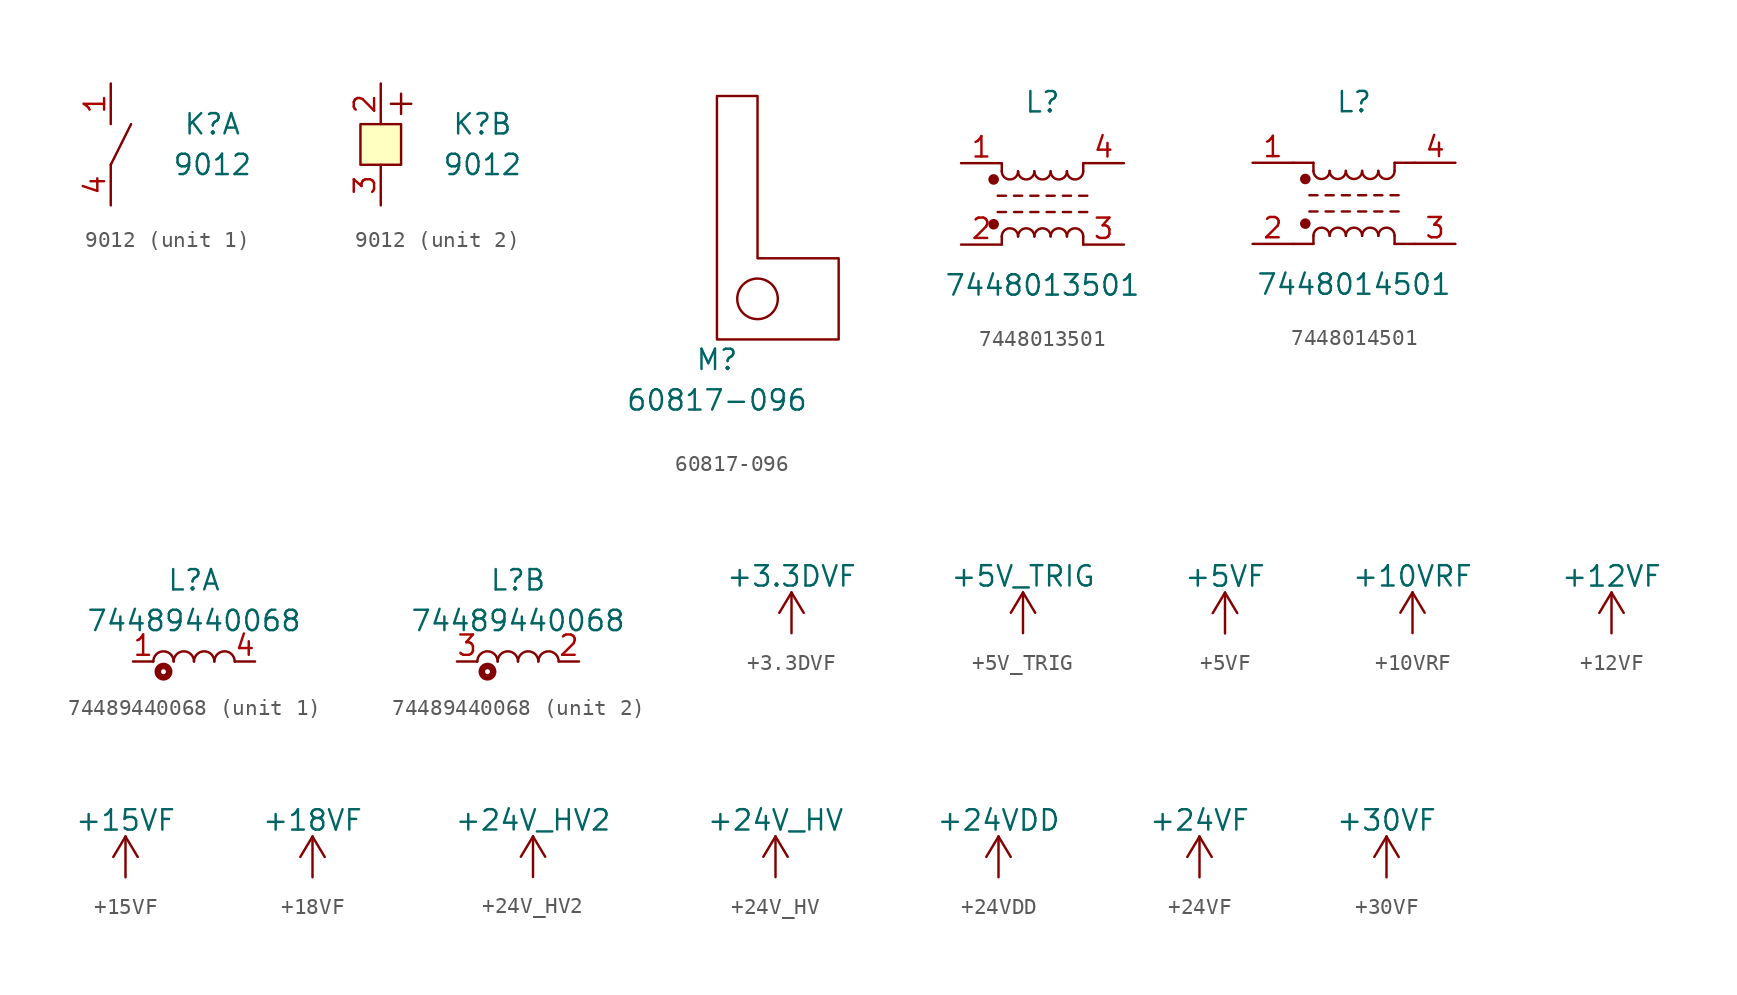
<source format=kicad_sym>
(kicad_symbol_lib
  (version 20211014)
  (generator kicad_symbol_editor)
  (symbol "9012"
    (pin_names
      (offset 1.016))
    (property "Reference" "K"
      (at 6.35 1.27 0)
      (effects (font (size 1.27 1.27))))
    (property "Value" "9012"
      (at 6.35 -1.27 0)
      (effects (font (size 1.27 1.27))))
    (symbol "9012_1_1"
      (polyline (pts (xy 0 -1.27) (xy 1.27 1.27)) (stroke (width 0) (type default) (color 0 0 0 0)) (fill (type none)))
      (pin passive line (at 0 3.81 270) (length 2.54) (name "~" (effects (font (size 1.27 1.27)))) (number "1" (effects (font (size 1.27 1.27)))))
      (pin passive line (at 0 -3.81 90) (length 2.54) (name "~" (effects (font (size 1.27 1.27)))) (number "4" (effects (font (size 1.27 1.27))))))
    (symbol "9012_2_1"
      (polyline (pts (xy 0.635 2.54) (xy 1.905 2.54)) (stroke (width 0) (type default) (color 0 0 0 0)) (fill (type none)))
      (polyline (pts (xy 1.27 3.175) (xy 1.27 1.905)) (stroke (width 0) (type default) (color 0 0 0 0)) (fill (type none)))
      (rectangle (start 1.27 1.27) (end -1.27 -1.27) (stroke (width 0) (type default) (color 0 0 0 0)) (fill (type background)))
      (pin passive line (at 0 3.81 270) (length 2.54) (name "~" (effects (font (size 1.27 1.27)))) (number "2" (effects (font (size 1.27 1.27)))))
      (pin passive line (at 0 -3.81 90) (length 2.54) (name "~" (effects (font (size 1.27 1.27)))) (number "3" (effects (font (size 1.27 1.27)))))))
  (symbol "60817-096"
    (pin_names
      (offset 1.016))
    (property "Reference" "M"
      (at 0 -1.27 0)
      (effects (font (size 1.27 1.27))))
    (property "Value" "60817-096"
      (at 0 -3.81 0)
      (effects (font (size 1.27 1.27))))
    (symbol "60817-096_0_1"
      (polyline (pts (xy 0 0) (xy 0 15.24) (xy 2.54 15.24) (xy 2.54 5.08) (xy 7.62 5.08) (xy 7.62 0) (xy 0 0)) (stroke (width 0) (type default) (color 0 0 0 0)) (fill (type none)))
      (circle (center 2.54 2.54) (radius 1.27) (stroke (width 0) (type default) (color 0 0 0 0)) (fill (type none))))
    (symbol "60817-096_1_1"
      (pin no_connect non_logic (at 2.54 2.54 0) (length 2.54) hide (name "~" (effects (font (size 1.27 1.27)))) (number "1" (effects (font (size 1.27 1.27)))))))
  (symbol "7448013501"
    (pin_names
      (offset 1.016))
    (property "Reference" "L"
      (at 0 6.35 0)
      (effects (font (size 1.27 1.27))))
    (property "Value" "7448013501"
      (at 0 -5.08 0)
      (effects (font (size 1.27 1.27))))
    (symbol "7448013501_1_1"
      (circle (center -3.048 -1.27) (radius 0.254) (stroke (width 0) (type default) (color 0 0 0 0)) (fill (type outline)))
      (circle (center -3.048 1.524) (radius 0.254) (stroke (width 0) (type default) (color 0 0 0 0)) (fill (type outline)))
      (arc (start -2.54 2.032) (mid -2.032 1.524) (end -1.524 2.032) (stroke (width 0) (type default) (color 0 0 0 0)) (fill (type none)))
      (arc (start -1.524 -2.032) (mid -2.032 -1.524) (end -2.54 -2.032) (stroke (width 0) (type default) (color 0 0 0 0)) (fill (type none)))
      (arc (start -1.524 2.032) (mid -1.016 1.524) (end -0.508 2.032) (stroke (width 0) (type default) (color 0 0 0 0)) (fill (type none)))
      (arc (start -0.508 -2.032) (mid -1.016 -1.524) (end -1.524 -2.032) (stroke (width 0) (type default) (color 0 0 0 0)) (fill (type none)))
      (arc (start -0.508 2.032) (mid 0 1.524) (end 0.508 2.032) (stroke (width 0) (type default) (color 0 0 0 0)) (fill (type none)))
      (polyline (pts (xy -2.794 -0.508) (xy -2.286 -0.508)) (stroke (width 0) (type default) (color 0 0 0 0)) (fill (type none)))
      (polyline (pts (xy -2.794 0.508) (xy -2.286 0.508)) (stroke (width 0) (type default) (color 0 0 0 0)) (fill (type none)))
      (polyline (pts (xy -2.54 -2.032) (xy -2.54 -2.54)) (stroke (width 0) (type default) (color 0 0 0 0)) (fill (type none)))
      (polyline (pts (xy -2.54 2.032) (xy -2.54 2.54)) (stroke (width 0) (type default) (color 0 0 0 0)) (fill (type none)))
      (polyline (pts (xy -1.778 -0.508) (xy -1.27 -0.508)) (stroke (width 0) (type default) (color 0 0 0 0)) (fill (type none)))
      (polyline (pts (xy -1.778 0.508) (xy -1.27 0.508)) (stroke (width 0) (type default) (color 0 0 0 0)) (fill (type none)))
      (polyline (pts (xy -0.762 -0.508) (xy -0.254 -0.508)) (stroke (width 0) (type default) (color 0 0 0 0)) (fill (type none)))
      (polyline (pts (xy -0.762 0.508) (xy -0.254 0.508)) (stroke (width 0) (type default) (color 0 0 0 0)) (fill (type none)))
      (polyline (pts (xy 0.254 -0.508) (xy 0.762 -0.508)) (stroke (width 0) (type default) (color 0 0 0 0)) (fill (type none)))
      (polyline (pts (xy 0.254 0.508) (xy 0.762 0.508)) (stroke (width 0) (type default) (color 0 0 0 0)) (fill (type none)))
      (polyline (pts (xy 1.27 -0.508) (xy 1.778 -0.508)) (stroke (width 0) (type default) (color 0 0 0 0)) (fill (type none)))
      (polyline (pts (xy 1.27 0.508) (xy 1.778 0.508)) (stroke (width 0) (type default) (color 0 0 0 0)) (fill (type none)))
      (polyline (pts (xy 2.286 -0.508) (xy 2.794 -0.508)) (stroke (width 0) (type default) (color 0 0 0 0)) (fill (type none)))
      (polyline (pts (xy 2.286 0.508) (xy 2.794 0.508)) (stroke (width 0) (type default) (color 0 0 0 0)) (fill (type none)))
      (polyline (pts (xy 2.54 -2.032) (xy 2.54 -2.54)) (stroke (width 0) (type default) (color 0 0 0 0)) (fill (type none)))
      (polyline (pts (xy 2.54 2.54) (xy 2.54 2.032)) (stroke (width 0) (type default) (color 0 0 0 0)) (fill (type none)))
      (arc (start 0.508 -2.032) (mid 0 -1.524) (end -0.508 -2.032) (stroke (width 0) (type default) (color 0 0 0 0)) (fill (type none)))
      (arc (start 0.508 2.032) (mid 1.016 1.524) (end 1.524 2.032) (stroke (width 0) (type default) (color 0 0 0 0)) (fill (type none)))
      (arc (start 1.524 -2.032) (mid 1.016 -1.524) (end 0.508 -2.032) (stroke (width 0) (type default) (color 0 0 0 0)) (fill (type none)))
      (arc (start 1.524 2.032) (mid 2.032 1.524) (end 2.54 2.032) (stroke (width 0) (type default) (color 0 0 0 0)) (fill (type none)))
      (arc (start 2.54 -2.032) (mid 2.032 -1.524) (end 1.524 -2.032) (stroke (width 0) (type default) (color 0 0 0 0)) (fill (type none)))
      (pin passive line (at -5.08 2.54 0) (length 2.54) (name "~" (effects (font (size 1.27 1.27)))) (number "1" (effects (font (size 1.27 1.27)))))
      (pin passive line (at -5.08 -2.54 0) (length 2.54) (name "~" (effects (font (size 1.27 1.27)))) (number "2" (effects (font (size 1.27 1.27)))))
      (pin passive line (at 5.08 -2.54 180) (length 2.54) (name "~" (effects (font (size 1.27 1.27)))) (number "3" (effects (font (size 1.27 1.27)))))
      (pin passive line (at 5.08 2.54 180) (length 2.54) (name "~" (effects (font (size 1.27 1.27)))) (number "4" (effects (font (size 1.27 1.27)))))))
  (symbol "7448014501"
    (pin_names
      (offset 1.016))
    (property "Reference" "L"
      (at 0 6.35 0)
      (effects (font (size 1.27 1.27))))
    (property "Value" "7448014501"
      (at 0 -5.08 0)
      (effects (font (size 1.27 1.27))))
    (symbol "7448014501_0_1"
      (polyline (pts (xy -2.54 -2.54) (xy -3.81 -2.54)) (stroke (width 0) (type default) (color 0 0 0 0)) (fill (type none)))
      (polyline (pts (xy -2.54 2.54) (xy -3.81 2.54)) (stroke (width 0) (type default) (color 0 0 0 0)) (fill (type none)))
      (polyline (pts (xy 2.54 -2.54) (xy 3.81 -2.54)) (stroke (width 0) (type default) (color 0 0 0 0)) (fill (type none)))
      (polyline (pts (xy 2.54 2.54) (xy 3.81 2.54)) (stroke (width 0) (type default) (color 0 0 0 0)) (fill (type none))))
    (symbol "7448014501_1_1"
      (circle (center -3.048 -1.27) (radius 0.254) (stroke (width 0) (type default) (color 0 0 0 0)) (fill (type outline)))
      (circle (center -3.048 1.524) (radius 0.254) (stroke (width 0) (type default) (color 0 0 0 0)) (fill (type outline)))
      (arc (start -2.54 2.032) (mid -2.032 1.524) (end -1.524 2.032) (stroke (width 0) (type default) (color 0 0 0 0)) (fill (type none)))
      (arc (start -1.524 -2.032) (mid -2.032 -1.524) (end -2.54 -2.032) (stroke (width 0) (type default) (color 0 0 0 0)) (fill (type none)))
      (arc (start -1.524 2.032) (mid -1.016 1.524) (end -0.508 2.032) (stroke (width 0) (type default) (color 0 0 0 0)) (fill (type none)))
      (arc (start -0.508 -2.032) (mid -1.016 -1.524) (end -1.524 -2.032) (stroke (width 0) (type default) (color 0 0 0 0)) (fill (type none)))
      (arc (start -0.508 2.032) (mid 0 1.524) (end 0.508 2.032) (stroke (width 0) (type default) (color 0 0 0 0)) (fill (type none)))
      (polyline (pts (xy -2.794 -0.508) (xy -2.286 -0.508)) (stroke (width 0) (type default) (color 0 0 0 0)) (fill (type none)))
      (polyline (pts (xy -2.794 0.508) (xy -2.286 0.508)) (stroke (width 0) (type default) (color 0 0 0 0)) (fill (type none)))
      (polyline (pts (xy -2.54 -2.032) (xy -2.54 -2.54)) (stroke (width 0) (type default) (color 0 0 0 0)) (fill (type none)))
      (polyline (pts (xy -2.54 2.032) (xy -2.54 2.54)) (stroke (width 0) (type default) (color 0 0 0 0)) (fill (type none)))
      (polyline (pts (xy -1.778 -0.508) (xy -1.27 -0.508)) (stroke (width 0) (type default) (color 0 0 0 0)) (fill (type none)))
      (polyline (pts (xy -1.778 0.508) (xy -1.27 0.508)) (stroke (width 0) (type default) (color 0 0 0 0)) (fill (type none)))
      (polyline (pts (xy -0.762 -0.508) (xy -0.254 -0.508)) (stroke (width 0) (type default) (color 0 0 0 0)) (fill (type none)))
      (polyline (pts (xy -0.762 0.508) (xy -0.254 0.508)) (stroke (width 0) (type default) (color 0 0 0 0)) (fill (type none)))
      (polyline (pts (xy 0.254 -0.508) (xy 0.762 -0.508)) (stroke (width 0) (type default) (color 0 0 0 0)) (fill (type none)))
      (polyline (pts (xy 0.254 0.508) (xy 0.762 0.508)) (stroke (width 0) (type default) (color 0 0 0 0)) (fill (type none)))
      (polyline (pts (xy 1.27 -0.508) (xy 1.778 -0.508)) (stroke (width 0) (type default) (color 0 0 0 0)) (fill (type none)))
      (polyline (pts (xy 1.27 0.508) (xy 1.778 0.508)) (stroke (width 0) (type default) (color 0 0 0 0)) (fill (type none)))
      (polyline (pts (xy 2.286 -0.508) (xy 2.794 -0.508)) (stroke (width 0) (type default) (color 0 0 0 0)) (fill (type none)))
      (polyline (pts (xy 2.286 0.508) (xy 2.794 0.508)) (stroke (width 0) (type default) (color 0 0 0 0)) (fill (type none)))
      (polyline (pts (xy 2.54 -2.032) (xy 2.54 -2.54)) (stroke (width 0) (type default) (color 0 0 0 0)) (fill (type none)))
      (polyline (pts (xy 2.54 2.54) (xy 2.54 2.032)) (stroke (width 0) (type default) (color 0 0 0 0)) (fill (type none)))
      (arc (start 0.508 -2.032) (mid 0 -1.524) (end -0.508 -2.032) (stroke (width 0) (type default) (color 0 0 0 0)) (fill (type none)))
      (arc (start 0.508 2.032) (mid 1.016 1.524) (end 1.524 2.032) (stroke (width 0) (type default) (color 0 0 0 0)) (fill (type none)))
      (arc (start 1.524 -2.032) (mid 1.016 -1.524) (end 0.508 -2.032) (stroke (width 0) (type default) (color 0 0 0 0)) (fill (type none)))
      (arc (start 1.524 2.032) (mid 2.032 1.524) (end 2.54 2.032) (stroke (width 0) (type default) (color 0 0 0 0)) (fill (type none)))
      (arc (start 2.54 -2.032) (mid 2.032 -1.524) (end 1.524 -2.032) (stroke (width 0) (type default) (color 0 0 0 0)) (fill (type none)))
      (pin passive line (at -6.35 2.54 0) (length 2.54) (name "~" (effects (font (size 1.27 1.27)))) (number "1" (effects (font (size 1.27 1.27)))))
      (pin passive line (at -6.35 -2.54 0) (length 2.54) (name "~" (effects (font (size 1.27 1.27)))) (number "2" (effects (font (size 1.27 1.27)))))
      (pin passive line (at 6.35 -2.54 180) (length 2.54) (name "~" (effects (font (size 1.27 1.27)))) (number "3" (effects (font (size 1.27 1.27)))))
      (pin passive line (at 6.35 2.54 180) (length 2.54) (name "~" (effects (font (size 1.27 1.27)))) (number "4" (effects (font (size 1.27 1.27)))))))
  (symbol "74489440068"
    (pin_names
      (offset 1.016))
    (property "Reference" "L"
      (at 0 5.08 0)
      (effects (font (size 1.27 1.27))))
    (property "Value" "74489440068"
      (at 0 2.54 0)
      (effects (font (size 1.27 1.27))))
    (symbol "74489440068_0_1"
      (circle (center -1.905 -0.635) (radius 0.356) (stroke (width 0.406) (type default) (color 0 0 0 0)) (fill (type none))))
    (symbol "74489440068_1_1"
      (arc (start -1.27 0) (mid -1.905 0.635) (end -2.54 0) (stroke (width 0) (type default) (color 0 0 0 0)) (fill (type none)))
      (arc (start 0 0) (mid -0.635 0.635) (end -1.27 0) (stroke (width 0) (type default) (color 0 0 0 0)) (fill (type none)))
      (arc (start 1.27 0) (mid 0.635 0.635) (end 0 0) (stroke (width 0) (type default) (color 0 0 0 0)) (fill (type none)))
      (arc (start 2.54 0) (mid 1.905 0.635) (end 1.27 0) (stroke (width 0) (type default) (color 0 0 0 0)) (fill (type none)))
      (pin passive line (at -3.81 0 0) (length 1.27) (name "~" (effects (font (size 1.27 1.27)))) (number "1" (effects (font (size 1.27 1.27)))))
      (pin passive line (at 3.81 0 180) (length 1.27) (name "~" (effects (font (size 1.27 1.27)))) (number "4" (effects (font (size 1.27 1.27))))))
    (symbol "74489440068_2_1"
      (arc (start -1.27 0) (mid -1.905 0.635) (end -2.54 0) (stroke (width 0) (type default) (color 0 0 0 0)) (fill (type none)))
      (arc (start 0 0) (mid -0.635 0.635) (end -1.27 0) (stroke (width 0) (type default) (color 0 0 0 0)) (fill (type none)))
      (arc (start 1.27 0) (mid 0.635 0.635) (end 0 0) (stroke (width 0) (type default) (color 0 0 0 0)) (fill (type none)))
      (arc (start 2.54 0) (mid 1.905 0.635) (end 1.27 0) (stroke (width 0) (type default) (color 0 0 0 0)) (fill (type none)))
      (pin passive line (at 3.81 0 180) (length 1.27) (name "~" (effects (font (size 1.27 1.27)))) (number "2" (effects (font (size 1.27 1.27)))))
      (pin passive line (at -3.81 0 0) (length 1.27) (name "~" (effects (font (size 1.27 1.27)))) (number "3" (effects (font (size 1.27 1.27)))))))
  (symbol "+3.3DVF"
    (power)
    (pin_names
      (offset 0))
    (property "Reference" "#PWR"
      (at 0 -3.81 0)
      (effects (font (size 1.27 1.27)) hide))
    (property "Value" "+3.3DVF"
      (at 0 3.556 0)
      (effects (font (size 1.27 1.27))))
    (symbol "+3.3DVF_0_1"
      (polyline (pts (xy -0.762 1.27) (xy 0 2.54)) (stroke (width 0) (type default) (color 0 0 0 0)) (fill (type none)))
      (polyline (pts (xy 0 0) (xy 0 2.54)) (stroke (width 0) (type default) (color 0 0 0 0)) (fill (type none)))
      (polyline (pts (xy 0 2.54) (xy 0.762 1.27)) (stroke (width 0) (type default) (color 0 0 0 0)) (fill (type none))))
    (symbol "+3.3DVF_1_1"
      (pin power_in line (at 0 0 90) (length 0) hide (name "+3.3DVF" (effects (font (size 1.27 1.27)))) (number "1" (effects (font (size 1.27 1.27)))))))
  (symbol "+5V_TRIG"
    (power)
    (pin_names
      (offset 0))
    (property "Reference" "#PWR"
      (at 0 -3.81 0)
      (effects (font (size 1.27 1.27)) hide))
    (property "Value" "+5V_TRIG"
      (at 0 3.556 0)
      (effects (font (size 1.27 1.27))))
    (symbol "+5V_TRIG_0_1"
      (polyline (pts (xy -0.762 1.27) (xy 0 2.54)) (stroke (width 0) (type default) (color 0 0 0 0)) (fill (type none)))
      (polyline (pts (xy 0 0) (xy 0 2.54)) (stroke (width 0) (type default) (color 0 0 0 0)) (fill (type none)))
      (polyline (pts (xy 0 2.54) (xy 0.762 1.27)) (stroke (width 0) (type default) (color 0 0 0 0)) (fill (type none))))
    (symbol "+5V_TRIG_1_1"
      (pin power_in line (at 0 0 90) (length 0) hide (name "+5V_TRIG" (effects (font (size 1.27 1.27)))) (number "1" (effects (font (size 1.27 1.27)))))))
  (symbol "+5VF"
    (power)
    (pin_names
      (offset 0))
    (property "Reference" "#PWR"
      (at 0 -3.81 0)
      (effects (font (size 1.27 1.27)) hide))
    (property "Value" "+5VF"
      (at 0 3.556 0)
      (effects (font (size 1.27 1.27))))
    (symbol "+5VF_0_1"
      (polyline (pts (xy -0.762 1.27) (xy 0 2.54)) (stroke (width 0) (type default) (color 0 0 0 0)) (fill (type none)))
      (polyline (pts (xy 0 0) (xy 0 2.54)) (stroke (width 0) (type default) (color 0 0 0 0)) (fill (type none)))
      (polyline (pts (xy 0 2.54) (xy 0.762 1.27)) (stroke (width 0) (type default) (color 0 0 0 0)) (fill (type none))))
    (symbol "+5VF_1_1"
      (pin power_in line (at 0 0 90) (length 0) hide (name "+5VF" (effects (font (size 1.27 1.27)))) (number "1" (effects (font (size 1.27 1.27)))))))
  (symbol "+10VRF"
    (power)
    (pin_names
      (offset 0))
    (property "Reference" "#PWR"
      (at 0 -3.81 0)
      (effects (font (size 1.27 1.27)) hide))
    (property "Value" "+10VRF"
      (at 0 3.556 0)
      (effects (font (size 1.27 1.27))))
    (symbol "+10VRF_0_1"
      (polyline (pts (xy -0.762 1.27) (xy 0 2.54)) (stroke (width 0) (type default) (color 0 0 0 0)) (fill (type none)))
      (polyline (pts (xy 0 0) (xy 0 2.54)) (stroke (width 0) (type default) (color 0 0 0 0)) (fill (type none)))
      (polyline (pts (xy 0 2.54) (xy 0.762 1.27)) (stroke (width 0) (type default) (color 0 0 0 0)) (fill (type none))))
    (symbol "+10VRF_1_1"
      (pin power_in line (at 0 0 90) (length 0) hide (name "+10VRF" (effects (font (size 1.27 1.27)))) (number "1" (effects (font (size 1.27 1.27)))))))
  (symbol "+12VF"
    (power)
    (pin_names
      (offset 0))
    (property "Reference" "#PWR"
      (at 0 -3.81 0)
      (effects (font (size 1.27 1.27)) hide))
    (property "Value" "+12VF"
      (at 0 3.556 0)
      (effects (font (size 1.27 1.27))))
    (symbol "+12VF_0_1"
      (polyline (pts (xy -0.762 1.27) (xy 0 2.54)) (stroke (width 0) (type default) (color 0 0 0 0)) (fill (type none)))
      (polyline (pts (xy 0 0) (xy 0 2.54)) (stroke (width 0) (type default) (color 0 0 0 0)) (fill (type none)))
      (polyline (pts (xy 0 2.54) (xy 0.762 1.27)) (stroke (width 0) (type default) (color 0 0 0 0)) (fill (type none))))
    (symbol "+12VF_1_1"
      (pin power_in line (at 0 0 90) (length 0) hide (name "+12VF" (effects (font (size 1.27 1.27)))) (number "1" (effects (font (size 1.27 1.27)))))))
  (symbol "+15VF"
    (power)
    (pin_names
      (offset 0))
    (property "Reference" "#PWR"
      (at 0 -3.81 0)
      (effects (font (size 1.27 1.27)) hide))
    (property "Value" "+15VF"
      (at 0 3.556 0)
      (effects (font (size 1.27 1.27))))
    (symbol "+15VF_0_1"
      (polyline (pts (xy -0.762 1.27) (xy 0 2.54)) (stroke (width 0) (type default) (color 0 0 0 0)) (fill (type none)))
      (polyline (pts (xy 0 0) (xy 0 2.54)) (stroke (width 0) (type default) (color 0 0 0 0)) (fill (type none)))
      (polyline (pts (xy 0 2.54) (xy 0.762 1.27)) (stroke (width 0) (type default) (color 0 0 0 0)) (fill (type none))))
    (symbol "+15VF_1_1"
      (pin power_in line (at 0 0 90) (length 0) hide (name "+15VF" (effects (font (size 1.27 1.27)))) (number "1" (effects (font (size 1.27 1.27)))))))
  (symbol "+18VF"
    (power)
    (pin_names
      (offset 0))
    (property "Reference" "#PWR"
      (at 0 -3.81 0)
      (effects (font (size 1.27 1.27)) hide))
    (property "Value" "+18VF"
      (at 0 3.556 0)
      (effects (font (size 1.27 1.27))))
    (symbol "+18VF_0_1"
      (polyline (pts (xy -0.762 1.27) (xy 0 2.54)) (stroke (width 0) (type default) (color 0 0 0 0)) (fill (type none)))
      (polyline (pts (xy 0 0) (xy 0 2.54)) (stroke (width 0) (type default) (color 0 0 0 0)) (fill (type none)))
      (polyline (pts (xy 0 2.54) (xy 0.762 1.27)) (stroke (width 0) (type default) (color 0 0 0 0)) (fill (type none))))
    (symbol "+18VF_1_1"
      (pin power_in line (at 0 0 90) (length 0) hide (name "+18VF" (effects (font (size 1.27 1.27)))) (number "1" (effects (font (size 1.27 1.27)))))))
  (symbol "+24V_HV2"
    (power)
    (pin_names
      (offset 0))
    (property "Reference" "#PWR"
      (at 0 -3.81 0)
      (effects (font (size 1.27 1.27)) hide))
    (property "Value" "+24V_HV2"
      (at 0 3.556 0)
      (effects (font (size 1.27 1.27))))
    (symbol "+24V_HV2_0_1"
      (polyline (pts (xy -0.762 1.27) (xy 0 2.54)) (stroke (width 0) (type default) (color 0 0 0 0)) (fill (type none)))
      (polyline (pts (xy 0 0) (xy 0 2.54)) (stroke (width 0) (type default) (color 0 0 0 0)) (fill (type none)))
      (polyline (pts (xy 0 2.54) (xy 0.762 1.27)) (stroke (width 0) (type default) (color 0 0 0 0)) (fill (type none))))
    (symbol "+24V_HV2_1_1"
      (pin power_in line (at 0 0 90) (length 0) hide (name "+24V_HV2" (effects (font (size 1.27 1.27)))) (number "1" (effects (font (size 1.27 1.27)))))))
  (symbol "+24V_HV"
    (power)
    (pin_names
      (offset 0))
    (property "Reference" "#PWR"
      (at 0 -3.81 0)
      (effects (font (size 1.27 1.27)) hide))
    (property "Value" "+24V_HV"
      (at 0 3.556 0)
      (effects (font (size 1.27 1.27))))
    (symbol "+24V_HV_0_1"
      (polyline (pts (xy -0.762 1.27) (xy 0 2.54)) (stroke (width 0) (type default) (color 0 0 0 0)) (fill (type none)))
      (polyline (pts (xy 0 0) (xy 0 2.54)) (stroke (width 0) (type default) (color 0 0 0 0)) (fill (type none)))
      (polyline (pts (xy 0 2.54) (xy 0.762 1.27)) (stroke (width 0) (type default) (color 0 0 0 0)) (fill (type none))))
    (symbol "+24V_HV_1_1"
      (pin power_in line (at 0 0 90) (length 0) hide (name "+24V_HV" (effects (font (size 1.27 1.27)))) (number "1" (effects (font (size 1.27 1.27)))))))
  (symbol "+24VDD"
    (power)
    (pin_names
      (offset 0))
    (property "Reference" "#PWR"
      (at 0 -3.81 0)
      (effects (font (size 1.27 1.27)) hide))
    (property "Value" "+24VDD"
      (at 0 3.556 0)
      (effects (font (size 1.27 1.27))))
    (symbol "+24VDD_0_1"
      (polyline (pts (xy -0.762 1.27) (xy 0 2.54)) (stroke (width 0) (type default) (color 0 0 0 0)) (fill (type none)))
      (polyline (pts (xy 0 0) (xy 0 2.54)) (stroke (width 0) (type default) (color 0 0 0 0)) (fill (type none)))
      (polyline (pts (xy 0 2.54) (xy 0.762 1.27)) (stroke (width 0) (type default) (color 0 0 0 0)) (fill (type none))))
    (symbol "+24VDD_1_1"
      (pin power_in line (at 0 0 90) (length 0) hide (name "+24VDD" (effects (font (size 1.27 1.27)))) (number "1" (effects (font (size 1.27 1.27)))))))
  (symbol "+24VF"
    (power)
    (pin_names
      (offset 0))
    (property "Reference" "#PWR"
      (at 0 -3.81 0)
      (effects (font (size 1.27 1.27)) hide))
    (property "Value" "+24VF"
      (at 0 3.556 0)
      (effects (font (size 1.27 1.27))))
    (symbol "+24VF_0_1"
      (polyline (pts (xy -0.762 1.27) (xy 0 2.54)) (stroke (width 0) (type default) (color 0 0 0 0)) (fill (type none)))
      (polyline (pts (xy 0 0) (xy 0 2.54)) (stroke (width 0) (type default) (color 0 0 0 0)) (fill (type none)))
      (polyline (pts (xy 0 2.54) (xy 0.762 1.27)) (stroke (width 0) (type default) (color 0 0 0 0)) (fill (type none))))
    (symbol "+24VF_1_1"
      (pin power_in line (at 0 0 90) (length 0) hide (name "+24VF" (effects (font (size 1.27 1.27)))) (number "1" (effects (font (size 1.27 1.27)))))))
  (symbol "+30VF"
    (power)
    (pin_names
      (offset 0))
    (property "Reference" "#PWR"
      (at 0 -3.81 0)
      (effects (font (size 1.27 1.27)) hide))
    (property "Value" "+30VF"
      (at 0 3.556 0)
      (effects (font (size 1.27 1.27))))
    (symbol "+30VF_0_1"
      (polyline (pts (xy -0.762 1.27) (xy 0 2.54)) (stroke (width 0) (type default) (color 0 0 0 0)) (fill (type none)))
      (polyline (pts (xy 0 0) (xy 0 2.54)) (stroke (width 0) (type default) (color 0 0 0 0)) (fill (type none)))
      (polyline (pts (xy 0 2.54) (xy 0.762 1.27)) (stroke (width 0) (type default) (color 0 0 0 0)) (fill (type none))))
    (symbol "+30VF_1_1"
      (pin power_in line (at 0 0 90) (length 0) hide (name "+30VF" (effects (font (size 1.27 1.27)))) (number "1" (effects (font (size 1.27 1.27))))))))
</source>
